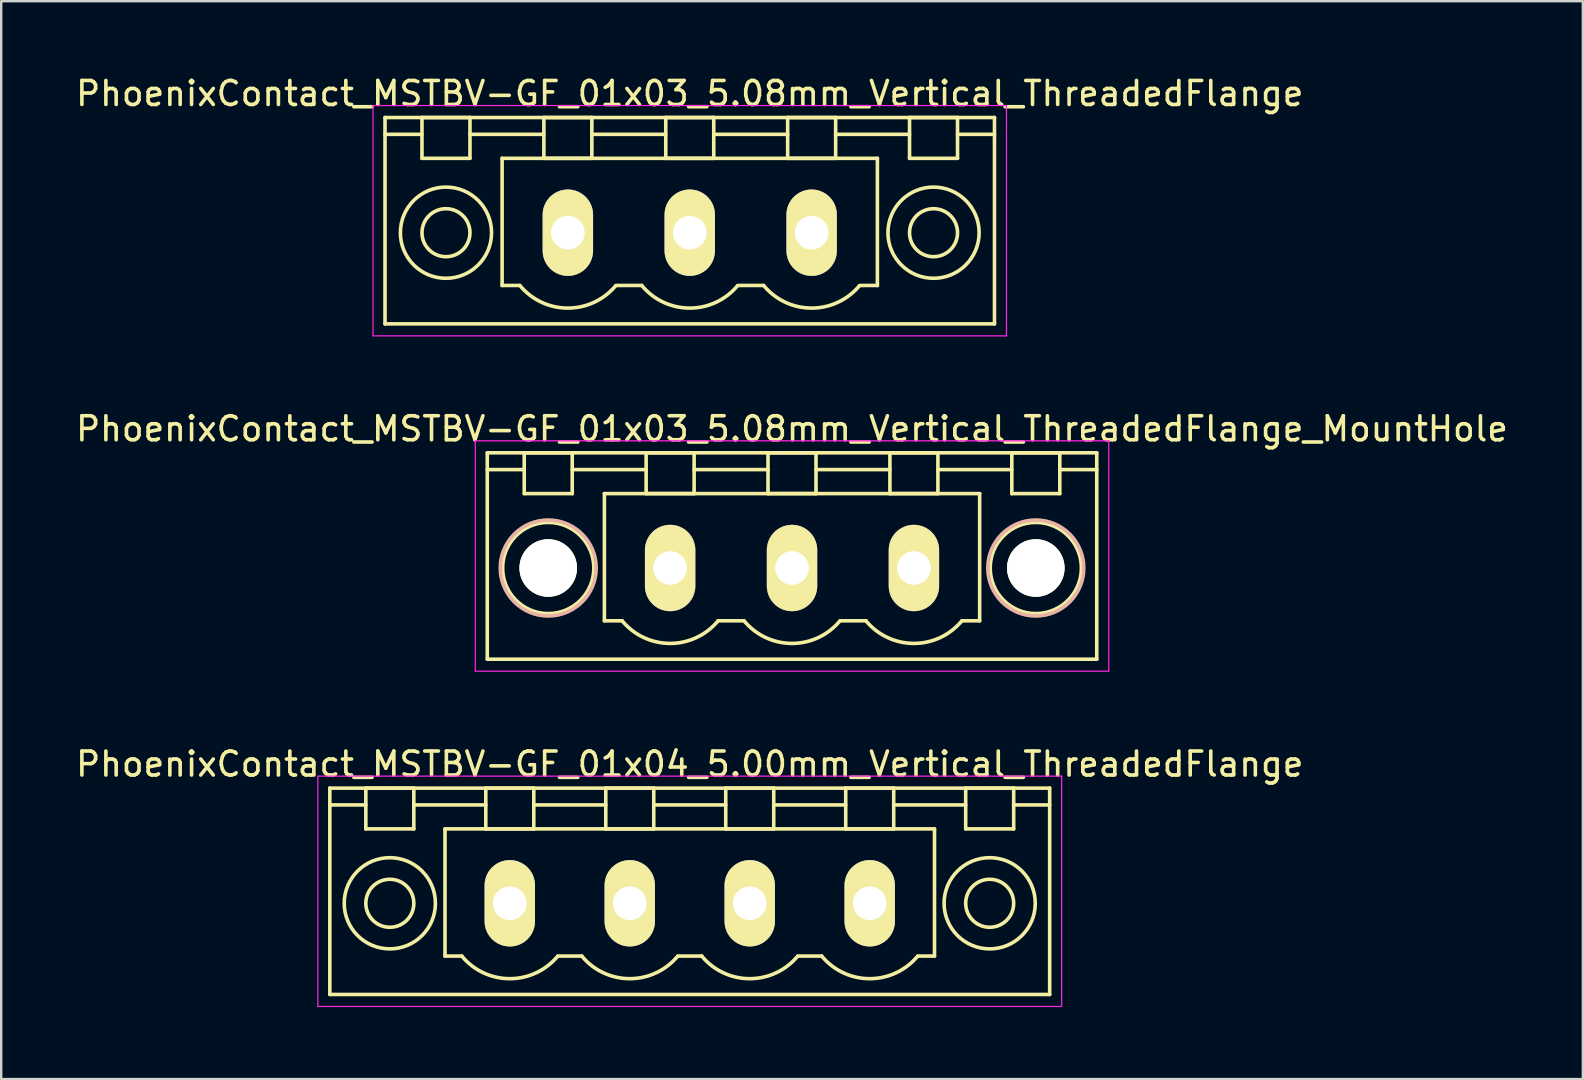
<source format=kicad_pcb>
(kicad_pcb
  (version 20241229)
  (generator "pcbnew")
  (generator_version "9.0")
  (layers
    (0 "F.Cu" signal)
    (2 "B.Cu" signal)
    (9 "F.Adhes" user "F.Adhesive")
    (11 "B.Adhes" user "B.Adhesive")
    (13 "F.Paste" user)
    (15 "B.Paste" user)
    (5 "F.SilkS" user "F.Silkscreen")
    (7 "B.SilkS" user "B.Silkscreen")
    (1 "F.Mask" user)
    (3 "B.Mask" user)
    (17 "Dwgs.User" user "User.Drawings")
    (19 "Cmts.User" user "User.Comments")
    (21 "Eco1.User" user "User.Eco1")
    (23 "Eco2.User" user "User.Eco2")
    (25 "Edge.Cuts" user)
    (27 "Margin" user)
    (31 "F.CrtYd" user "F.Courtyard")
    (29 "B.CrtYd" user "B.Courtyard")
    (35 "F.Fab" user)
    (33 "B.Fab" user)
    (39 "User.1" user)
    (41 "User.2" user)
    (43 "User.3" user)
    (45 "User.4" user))
  (footprint "PhoenixContact_MSTBV-GF_01x04_5.00mm_Vertical_ThreadedFlange"
    (layer "F.Cu")
    (at 18.196 34.595)
    (property "Reference" "PhoenixContact_MSTBV-GF_01x04_5.00mm_Vertical_ThreadedFlange" (at 7.5 -5.8 0) (layer "F.SilkS") (effects (font (size 1 1) (thickness 0.15))))
    (attr through_hole)
    (fp_line (start -7.5 -4.8) (end -7.5 3.8) (stroke (width 0.15) (type solid)) (layer "F.SilkS"))
    (fp_line (start -7.5 -4.1) (end -6 -4.1) (stroke (width 0.15) (type solid)) (layer "F.SilkS"))
    (fp_line (start -7.5 3.8) (end 22.5 3.8) (stroke (width 0.15) (type solid)) (layer "F.SilkS"))
    (fp_line (start -6 -4.8) (end -4 -4.8) (stroke (width 0.15) (type solid)) (layer "F.SilkS"))
    (fp_line (start -6 -3.1) (end -6 -4.8) (stroke (width 0.15) (type solid)) (layer "F.SilkS"))
    (fp_line (start -4 -4.8) (end -4 -3.1) (stroke (width 0.15) (type solid)) (layer "F.SilkS"))
    (fp_line (start -4 -4.1) (end -1 -4.1) (stroke (width 0.15) (type solid)) (layer "F.SilkS"))
    (fp_line (start -4 -3.1) (end -6 -3.1) (stroke (width 0.15) (type solid)) (layer "F.SilkS"))
    (fp_line (start -2.7 -3.1) (end 17.7 -3.1) (stroke (width 0.15) (type solid)) (layer "F.SilkS"))
    (fp_line (start -2.7 2.2) (end -2.7 -3.1) (stroke (width 0.15) (type solid)) (layer "F.SilkS"))
    (fp_line (start -2 2.2) (end -2.7 2.2) (stroke (width 0.15) (type solid)) (layer "F.SilkS"))
    (fp_line (start -1 -4.8) (end 1 -4.8) (stroke (width 0.15) (type solid)) (layer "F.SilkS"))
    (fp_line (start -1 -3.1) (end -1 -4.8) (stroke (width 0.15) (type solid)) (layer "F.SilkS"))
    (fp_line (start 1 -4.8) (end 1 -3.1) (stroke (width 0.15) (type solid)) (layer "F.SilkS"))
    (fp_line (start 1 -4.1) (end 4 -4.1) (stroke (width 0.15) (type solid)) (layer "F.SilkS"))
    (fp_line (start 1 -3.1) (end -1 -3.1) (stroke (width 0.15) (type solid)) (layer "F.SilkS"))
    (fp_line (start 2 2.2) (end 3 2.2) (stroke (width 0.15) (type solid)) (layer "F.SilkS"))
    (fp_line (start 4 -4.8) (end 6 -4.8) (stroke (width 0.15) (type solid)) (layer "F.SilkS"))
    (fp_line (start 4 -3.1) (end 4 -4.8) (stroke (width 0.15) (type solid)) (layer "F.SilkS"))
    (fp_line (start 6 -4.8) (end 6 -3.1) (stroke (width 0.15) (type solid)) (layer "F.SilkS"))
    (fp_line (start 6 -4.1) (end 9 -4.1) (stroke (width 0.15) (type solid)) (layer "F.SilkS"))
    (fp_line (start 6 -3.1) (end 4 -3.1) (stroke (width 0.15) (type solid)) (layer "F.SilkS"))
    (fp_line (start 7 2.2) (end 8 2.2) (stroke (width 0.15) (type solid)) (layer "F.SilkS"))
    (fp_line (start 9 -4.8) (end 11 -4.8) (stroke (width 0.15) (type solid)) (layer "F.SilkS"))
    (fp_line (start 9 -3.1) (end 9 -4.8) (stroke (width 0.15) (type solid)) (layer "F.SilkS"))
    (fp_line (start 11 -4.8) (end 11 -3.1) (stroke (width 0.15) (type solid)) (layer "F.SilkS"))
    (fp_line (start 11 -4.1) (end 14 -4.1) (stroke (width 0.15) (type solid)) (layer "F.SilkS"))
    (fp_line (start 11 -3.1) (end 9 -3.1) (stroke (width 0.15) (type solid)) (layer "F.SilkS"))
    (fp_line (start 12 2.2) (end 13 2.2) (stroke (width 0.15) (type solid)) (layer "F.SilkS"))
    (fp_line (start 14 -4.8) (end 16 -4.8) (stroke (width 0.15) (type solid)) (layer "F.SilkS"))
    (fp_line (start 14 -3.1) (end 14 -4.8) (stroke (width 0.15) (type solid)) (layer "F.SilkS"))
    (fp_line (start 16 -4.8) (end 16 -3.1) (stroke (width 0.15) (type solid)) (layer "F.SilkS"))
    (fp_line (start 16 -4.1) (end 19 -4.1) (stroke (width 0.15) (type solid)) (layer "F.SilkS"))
    (fp_line (start 16 -3.1) (end 14 -3.1) (stroke (width 0.15) (type solid)) (layer "F.SilkS"))
    (fp_line (start 17.7 -3.1) (end 17.7 2.2) (stroke (width 0.15) (type solid)) (layer "F.SilkS"))
    (fp_line (start 17.7 2.2) (end 17 2.2) (stroke (width 0.15) (type solid)) (layer "F.SilkS"))
    (fp_line (start 19 -4.8) (end 21 -4.8) (stroke (width 0.15) (type solid)) (layer "F.SilkS"))
    (fp_line (start 19 -3.1) (end 19 -4.8) (stroke (width 0.15) (type solid)) (layer "F.SilkS"))
    (fp_line (start 21 -4.8) (end 21 -3.1) (stroke (width 0.15) (type solid)) (layer "F.SilkS"))
    (fp_line (start 21 -3.1) (end 19 -3.1) (stroke (width 0.15) (type solid)) (layer "F.SilkS"))
    (fp_line (start 22.5 -4.8) (end -7.5 -4.8) (stroke (width 0.15) (type solid)) (layer "F.SilkS"))
    (fp_line (start 22.5 -4.1) (end 21 -4.1) (stroke (width 0.15) (type solid)) (layer "F.SilkS"))
    (fp_line (start 22.5 3.8) (end 22.5 -4.8) (stroke (width 0.15) (type solid)) (layer "F.SilkS"))
    (fp_arc (start 1.986842 2.215821) (mid -0.010289 3.142758) (end -2 2.2) (stroke (width 0.15) (type solid)) (layer "F.SilkS"))
    (fp_arc (start 6.986842 2.215821) (mid 4.989711 3.142758) (end 3 2.2) (stroke (width 0.15) (type solid)) (layer "F.SilkS"))
    (fp_arc (start 11.986842 2.215821) (mid 9.989711 3.142758) (end 8 2.2) (stroke (width 0.15) (type solid)) (layer "F.SilkS"))
    (fp_arc (start 16.986842 2.215821) (mid 14.989711 3.142758) (end 13 2.2) (stroke (width 0.15) (type solid)) (layer "F.SilkS"))
    (fp_circle (center -5 0) (end -4 0) (stroke (width 0.15) (type solid)) (fill no) (layer "F.SilkS"))
    (fp_circle (center -5 0) (end -3.1 0) (stroke (width 0.15) (type solid)) (fill no) (layer "F.SilkS"))
    (fp_circle (center 20 0) (end 21 0) (stroke (width 0.15) (type solid)) (fill no) (layer "F.SilkS"))
    (fp_circle (center 20 0) (end 21.9 0) (stroke (width 0.15) (type solid)) (fill no) (layer "F.SilkS"))
    (fp_line (start -8 -5.3) (end -8 4.3) (stroke (width 0.05) (type solid)) (layer "F.CrtYd"))
    (fp_line (start -8 4.3) (end 23 4.3) (stroke (width 0.05) (type solid)) (layer "F.CrtYd"))
    (fp_line (start 23 -5.3) (end -8 -5.3) (stroke (width 0.05) (type solid)) (layer "F.CrtYd"))
    (fp_line (start 23 4.3) (end 23 -5.3) (stroke (width 0.05) (type solid)) (layer "F.CrtYd"))
    (pad "1" thru_hole oval (at 0 0) (size 2.1 3.6) (drill 1.4) (layers "*.Cu" "*.Mask" "F.SilkS"))
    (pad "2" thru_hole oval (at 5 0) (size 2.1 3.6) (drill 1.4) (layers "*.Cu" "*.Mask" "F.SilkS"))
    (pad "3" thru_hole oval (at 10 0) (size 2.1 3.6) (drill 1.4) (layers "*.Cu" "*.Mask" "F.SilkS"))
    (pad "4" thru_hole oval (at 15 0) (size 2.1 3.6) (drill 1.4) (layers "*.Cu" "*.Mask" "F.SilkS")))
  (footprint "PhoenixContact_MSTBV-GF_01x03_5.08mm_Vertical_ThreadedFlange_MountHole"
    (layer "F.Cu")
    (at 24.878 20.622)
    (property "Reference" "PhoenixContact_MSTBV-GF_01x03_5.08mm_Vertical_ThreadedFlange_MountHole" (at 5.08 -5.8 0) (layer "F.SilkS") (effects (font (size 1 1) (thickness 0.15))))
    (attr through_hole)
    (fp_line (start -7.62 -4.8) (end -7.62 3.8) (stroke (width 0.15) (type solid)) (layer "F.SilkS"))
    (fp_line (start -7.62 -4.1) (end -6.08 -4.1) (stroke (width 0.15) (type solid)) (layer "F.SilkS"))
    (fp_line (start -7.62 3.8) (end 17.78 3.8) (stroke (width 0.15) (type solid)) (layer "F.SilkS"))
    (fp_line (start -6.08 -4.8) (end -4.08 -4.8) (stroke (width 0.15) (type solid)) (layer "F.SilkS"))
    (fp_line (start -6.08 -3.1) (end -6.08 -4.8) (stroke (width 0.15) (type solid)) (layer "F.SilkS"))
    (fp_line (start -4.08 -4.8) (end -4.08 -3.1) (stroke (width 0.15) (type solid)) (layer "F.SilkS"))
    (fp_line (start -4.08 -4.1) (end -1 -4.1) (stroke (width 0.15) (type solid)) (layer "F.SilkS"))
    (fp_line (start -4.08 -3.1) (end -6.08 -3.1) (stroke (width 0.15) (type solid)) (layer "F.SilkS"))
    (fp_line (start -2.74 -3.1) (end 12.9 -3.1) (stroke (width 0.15) (type solid)) (layer "F.SilkS"))
    (fp_line (start -2.74 2.2) (end -2.74 -3.1) (stroke (width 0.15) (type solid)) (layer "F.SilkS"))
    (fp_line (start -2 2.2) (end -2.74 2.2) (stroke (width 0.15) (type solid)) (layer "F.SilkS"))
    (fp_line (start -1 -4.8) (end 1 -4.8) (stroke (width 0.15) (type solid)) (layer "F.SilkS"))
    (fp_line (start -1 -3.1) (end -1 -4.8) (stroke (width 0.15) (type solid)) (layer "F.SilkS"))
    (fp_line (start 1 -4.8) (end 1 -3.1) (stroke (width 0.15) (type solid)) (layer "F.SilkS"))
    (fp_line (start 1 -4.1) (end 4.08 -4.1) (stroke (width 0.15) (type solid)) (layer "F.SilkS"))
    (fp_line (start 1 -3.1) (end -1 -3.1) (stroke (width 0.15) (type solid)) (layer "F.SilkS"))
    (fp_line (start 2 2.2) (end 3.08 2.2) (stroke (width 0.15) (type solid)) (layer "F.SilkS"))
    (fp_line (start 4.08 -4.8) (end 6.08 -4.8) (stroke (width 0.15) (type solid)) (layer "F.SilkS"))
    (fp_line (start 4.08 -3.1) (end 4.08 -4.8) (stroke (width 0.15) (type solid)) (layer "F.SilkS"))
    (fp_line (start 6.08 -4.8) (end 6.08 -3.1) (stroke (width 0.15) (type solid)) (layer "F.SilkS"))
    (fp_line (start 6.08 -4.1) (end 9.16 -4.1) (stroke (width 0.15) (type solid)) (layer "F.SilkS"))
    (fp_line (start 6.08 -3.1) (end 4.08 -3.1) (stroke (width 0.15) (type solid)) (layer "F.SilkS"))
    (fp_line (start 7.08 2.2) (end 8.16 2.2) (stroke (width 0.15) (type solid)) (layer "F.SilkS"))
    (fp_line (start 9.16 -4.8) (end 11.16 -4.8) (stroke (width 0.15) (type solid)) (layer "F.SilkS"))
    (fp_line (start 9.16 -3.1) (end 9.16 -4.8) (stroke (width 0.15) (type solid)) (layer "F.SilkS"))
    (fp_line (start 11.16 -4.8) (end 11.16 -3.1) (stroke (width 0.15) (type solid)) (layer "F.SilkS"))
    (fp_line (start 11.16 -4.1) (end 14.24 -4.1) (stroke (width 0.15) (type solid)) (layer "F.SilkS"))
    (fp_line (start 11.16 -3.1) (end 9.16 -3.1) (stroke (width 0.15) (type solid)) (layer "F.SilkS"))
    (fp_line (start 12.9 -3.1) (end 12.9 2.2) (stroke (width 0.15) (type solid)) (layer "F.SilkS"))
    (fp_line (start 12.9 2.2) (end 12.16 2.2) (stroke (width 0.15) (type solid)) (layer "F.SilkS"))
    (fp_line (start 14.24 -4.8) (end 16.24 -4.8) (stroke (width 0.15) (type solid)) (layer "F.SilkS"))
    (fp_line (start 14.24 -3.1) (end 14.24 -4.8) (stroke (width 0.15) (type solid)) (layer "F.SilkS"))
    (fp_line (start 16.24 -4.8) (end 16.24 -3.1) (stroke (width 0.15) (type solid)) (layer "F.SilkS"))
    (fp_line (start 16.24 -3.1) (end 14.24 -3.1) (stroke (width 0.15) (type solid)) (layer "F.SilkS"))
    (fp_line (start 17.78 -4.8) (end -7.62 -4.8) (stroke (width 0.15) (type solid)) (layer "F.SilkS"))
    (fp_line (start 17.78 -4.1) (end 16.24 -4.1) (stroke (width 0.15) (type solid)) (layer "F.SilkS"))
    (fp_line (start 17.78 3.8) (end 17.78 -4.8) (stroke (width 0.15) (type solid)) (layer "F.SilkS"))
    (fp_arc (start 1.986842 2.215821) (mid -0.010289 3.142758) (end -2 2.2) (stroke (width 0.15) (type solid)) (layer "F.SilkS"))
    (fp_arc (start 7.066842 2.215821) (mid 5.069711 3.142758) (end 3.08 2.2) (stroke (width 0.15) (type solid)) (layer "F.SilkS"))
    (fp_arc (start 12.146842 2.215821) (mid 10.149711 3.142758) (end 8.16 2.2) (stroke (width 0.15) (type solid)) (layer "F.SilkS"))
    (fp_circle (center -5.08 0) (end -4.08 0) (stroke (width 0.15) (type solid)) (fill no) (layer "F.SilkS"))
    (fp_circle (center -5.08 0) (end -3.18 0) (stroke (width 0.15) (type solid)) (fill no) (layer "F.SilkS"))
    (fp_circle (center 15.24 0) (end 16.24 0) (stroke (width 0.15) (type solid)) (fill no) (layer "F.SilkS"))
    (fp_circle (center 15.24 0) (end 17.14 0) (stroke (width 0.15) (type solid)) (fill no) (layer "F.SilkS"))
    (fp_circle (center -5.08 0) (end -3.08 0) (stroke (width 0.15) (type solid)) (fill no) (layer "B.SilkS"))
    (fp_circle (center 15.24 0) (end 17.24 0) (stroke (width 0.15) (type solid)) (fill no) (layer "B.SilkS"))
    (fp_line (start -8.12 -5.3) (end -8.12 4.3) (stroke (width 0.05) (type solid)) (layer "F.CrtYd"))
    (fp_line (start -8.12 4.3) (end 18.28 4.3) (stroke (width 0.05) (type solid)) (layer "F.CrtYd"))
    (fp_line (start 18.28 -5.3) (end -8.12 -5.3) (stroke (width 0.05) (type solid)) (layer "F.CrtYd"))
    (fp_line (start 18.28 4.3) (end 18.28 -5.3) (stroke (width 0.05) (type solid)) (layer "F.CrtYd"))
    (pad "" np_thru_hole circle (at -5.08 0) (size 2.4 2.4) (drill 2.4) (layers "*.Cu" "*.Mask" "F.SilkS"))
    (pad "" np_thru_hole circle (at 15.24 0) (size 2.4 2.4) (drill 2.4) (layers "*.Cu" "*.Mask" "F.SilkS"))
    (pad "1" thru_hole oval (at 0 0) (size 2.1 3.6) (drill 1.4) (layers "*.Cu" "*.Mask" "F.SilkS"))
    (pad "2" thru_hole oval (at 5.08 0) (size 2.1 3.6) (drill 1.4) (layers "*.Cu" "*.Mask" "F.SilkS"))
    (pad "3" thru_hole oval (at 10.16 0) (size 2.1 3.6) (drill 1.4) (layers "*.Cu" "*.Mask" "F.SilkS")))
  (footprint "PhoenixContact_MSTBV-GF_01x03_5.08mm_Vertical_ThreadedFlange"
    (layer "F.Cu")
    (at 20.616 6.648)
    (property "Reference" "PhoenixContact_MSTBV-GF_01x03_5.08mm_Vertical_ThreadedFlange" (at 5.08 -5.8 0) (layer "F.SilkS") (effects (font (size 1 1) (thickness 0.15))))
    (attr through_hole)
    (fp_line (start -7.62 -4.8) (end -7.62 3.8) (stroke (width 0.15) (type solid)) (layer "F.SilkS"))
    (fp_line (start -7.62 -4.1) (end -6.08 -4.1) (stroke (width 0.15) (type solid)) (layer "F.SilkS"))
    (fp_line (start -7.62 3.8) (end 17.78 3.8) (stroke (width 0.15) (type solid)) (layer "F.SilkS"))
    (fp_line (start -6.08 -4.8) (end -4.08 -4.8) (stroke (width 0.15) (type solid)) (layer "F.SilkS"))
    (fp_line (start -6.08 -3.1) (end -6.08 -4.8) (stroke (width 0.15) (type solid)) (layer "F.SilkS"))
    (fp_line (start -4.08 -4.8) (end -4.08 -3.1) (stroke (width 0.15) (type solid)) (layer "F.SilkS"))
    (fp_line (start -4.08 -4.1) (end -1 -4.1) (stroke (width 0.15) (type solid)) (layer "F.SilkS"))
    (fp_line (start -4.08 -3.1) (end -6.08 -3.1) (stroke (width 0.15) (type solid)) (layer "F.SilkS"))
    (fp_line (start -2.74 -3.1) (end 12.9 -3.1) (stroke (width 0.15) (type solid)) (layer "F.SilkS"))
    (fp_line (start -2.74 2.2) (end -2.74 -3.1) (stroke (width 0.15) (type solid)) (layer "F.SilkS"))
    (fp_line (start -2 2.2) (end -2.74 2.2) (stroke (width 0.15) (type solid)) (layer "F.SilkS"))
    (fp_line (start -1 -4.8) (end 1 -4.8) (stroke (width 0.15) (type solid)) (layer "F.SilkS"))
    (fp_line (start -1 -3.1) (end -1 -4.8) (stroke (width 0.15) (type solid)) (layer "F.SilkS"))
    (fp_line (start 1 -4.8) (end 1 -3.1) (stroke (width 0.15) (type solid)) (layer "F.SilkS"))
    (fp_line (start 1 -4.1) (end 4.08 -4.1) (stroke (width 0.15) (type solid)) (layer "F.SilkS"))
    (fp_line (start 1 -3.1) (end -1 -3.1) (stroke (width 0.15) (type solid)) (layer "F.SilkS"))
    (fp_line (start 2 2.2) (end 3.08 2.2) (stroke (width 0.15) (type solid)) (layer "F.SilkS"))
    (fp_line (start 4.08 -4.8) (end 6.08 -4.8) (stroke (width 0.15) (type solid)) (layer "F.SilkS"))
    (fp_line (start 4.08 -3.1) (end 4.08 -4.8) (stroke (width 0.15) (type solid)) (layer "F.SilkS"))
    (fp_line (start 6.08 -4.8) (end 6.08 -3.1) (stroke (width 0.15) (type solid)) (layer "F.SilkS"))
    (fp_line (start 6.08 -4.1) (end 9.16 -4.1) (stroke (width 0.15) (type solid)) (layer "F.SilkS"))
    (fp_line (start 6.08 -3.1) (end 4.08 -3.1) (stroke (width 0.15) (type solid)) (layer "F.SilkS"))
    (fp_line (start 7.08 2.2) (end 8.16 2.2) (stroke (width 0.15) (type solid)) (layer "F.SilkS"))
    (fp_line (start 9.16 -4.8) (end 11.16 -4.8) (stroke (width 0.15) (type solid)) (layer "F.SilkS"))
    (fp_line (start 9.16 -3.1) (end 9.16 -4.8) (stroke (width 0.15) (type solid)) (layer "F.SilkS"))
    (fp_line (start 11.16 -4.8) (end 11.16 -3.1) (stroke (width 0.15) (type solid)) (layer "F.SilkS"))
    (fp_line (start 11.16 -4.1) (end 14.24 -4.1) (stroke (width 0.15) (type solid)) (layer "F.SilkS"))
    (fp_line (start 11.16 -3.1) (end 9.16 -3.1) (stroke (width 0.15) (type solid)) (layer "F.SilkS"))
    (fp_line (start 12.9 -3.1) (end 12.9 2.2) (stroke (width 0.15) (type solid)) (layer "F.SilkS"))
    (fp_line (start 12.9 2.2) (end 12.16 2.2) (stroke (width 0.15) (type solid)) (layer "F.SilkS"))
    (fp_line (start 14.24 -4.8) (end 16.24 -4.8) (stroke (width 0.15) (type solid)) (layer "F.SilkS"))
    (fp_line (start 14.24 -3.1) (end 14.24 -4.8) (stroke (width 0.15) (type solid)) (layer "F.SilkS"))
    (fp_line (start 16.24 -4.8) (end 16.24 -3.1) (stroke (width 0.15) (type solid)) (layer "F.SilkS"))
    (fp_line (start 16.24 -3.1) (end 14.24 -3.1) (stroke (width 0.15) (type solid)) (layer "F.SilkS"))
    (fp_line (start 17.78 -4.8) (end -7.62 -4.8) (stroke (width 0.15) (type solid)) (layer "F.SilkS"))
    (fp_line (start 17.78 -4.1) (end 16.24 -4.1) (stroke (width 0.15) (type solid)) (layer "F.SilkS"))
    (fp_line (start 17.78 3.8) (end 17.78 -4.8) (stroke (width 0.15) (type solid)) (layer "F.SilkS"))
    (fp_arc (start 1.986842 2.215821) (mid -0.010289 3.142758) (end -2 2.2) (stroke (width 0.15) (type solid)) (layer "F.SilkS"))
    (fp_arc (start 7.066842 2.215821) (mid 5.069711 3.142758) (end 3.08 2.2) (stroke (width 0.15) (type solid)) (layer "F.SilkS"))
    (fp_arc (start 12.146842 2.215821) (mid 10.149711 3.142758) (end 8.16 2.2) (stroke (width 0.15) (type solid)) (layer "F.SilkS"))
    (fp_circle (center -5.08 0) (end -4.08 0) (stroke (width 0.15) (type solid)) (fill no) (layer "F.SilkS"))
    (fp_circle (center -5.08 0) (end -3.18 0) (stroke (width 0.15) (type solid)) (fill no) (layer "F.SilkS"))
    (fp_circle (center 15.24 0) (end 16.24 0) (stroke (width 0.15) (type solid)) (fill no) (layer "F.SilkS"))
    (fp_circle (center 15.24 0) (end 17.14 0) (stroke (width 0.15) (type solid)) (fill no) (layer "F.SilkS"))
    (fp_line (start -8.12 -5.3) (end -8.12 4.3) (stroke (width 0.05) (type solid)) (layer "F.CrtYd"))
    (fp_line (start -8.12 4.3) (end 18.28 4.3) (stroke (width 0.05) (type solid)) (layer "F.CrtYd"))
    (fp_line (start 18.28 -5.3) (end -8.12 -5.3) (stroke (width 0.05) (type solid)) (layer "F.CrtYd"))
    (fp_line (start 18.28 4.3) (end 18.28 -5.3) (stroke (width 0.05) (type solid)) (layer "F.CrtYd"))
    (pad "1" thru_hole oval (at 0 0) (size 2.1 3.6) (drill 1.4) (layers "*.Cu" "*.Mask" "F.SilkS"))
    (pad "2" thru_hole oval (at 5.08 0) (size 2.1 3.6) (drill 1.4) (layers "*.Cu" "*.Mask" "F.SilkS"))
    (pad "3" thru_hole oval (at 10.16 0) (size 2.1 3.6) (drill 1.4) (layers "*.Cu" "*.Mask" "F.SilkS")))
  (gr_rect
    (start -3 -3)
    (end 62.917 41.92)
    (stroke (width 0.1) (type default))
    (fill no)
    (layer "Edge.Cuts")))
</source>
